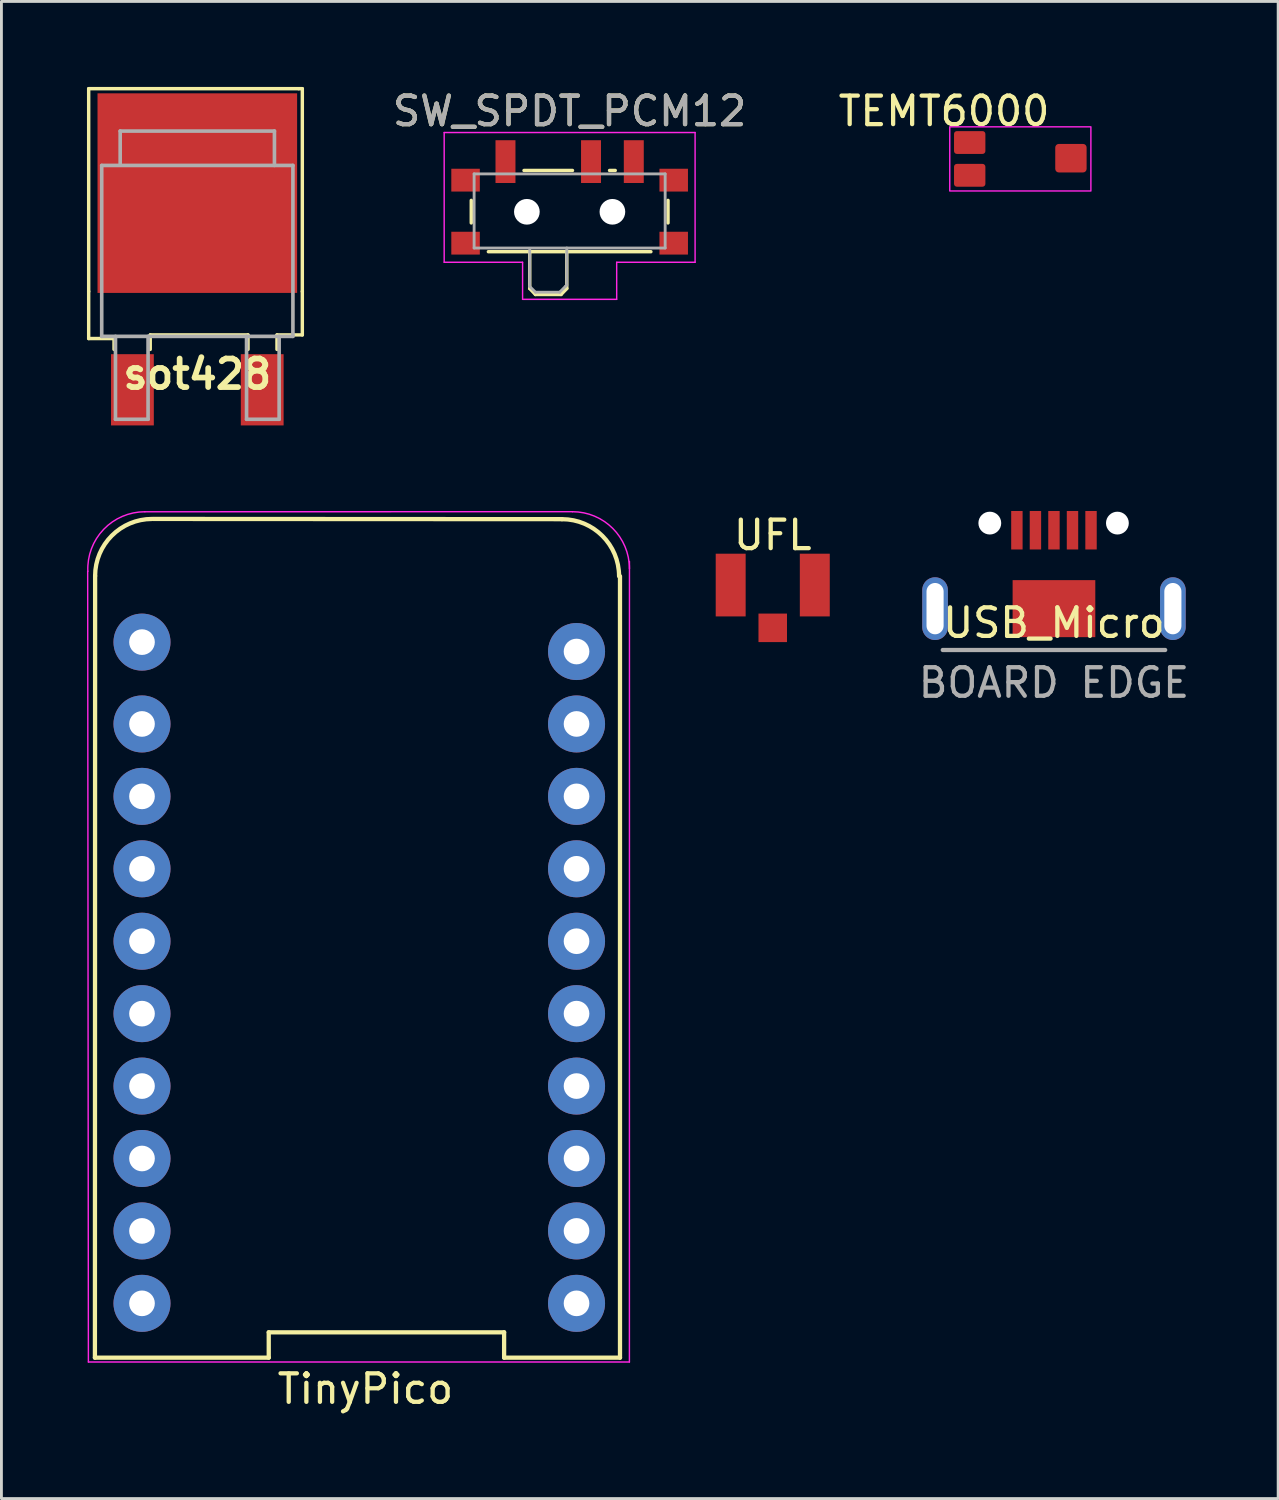
<source format=kicad_pcb>
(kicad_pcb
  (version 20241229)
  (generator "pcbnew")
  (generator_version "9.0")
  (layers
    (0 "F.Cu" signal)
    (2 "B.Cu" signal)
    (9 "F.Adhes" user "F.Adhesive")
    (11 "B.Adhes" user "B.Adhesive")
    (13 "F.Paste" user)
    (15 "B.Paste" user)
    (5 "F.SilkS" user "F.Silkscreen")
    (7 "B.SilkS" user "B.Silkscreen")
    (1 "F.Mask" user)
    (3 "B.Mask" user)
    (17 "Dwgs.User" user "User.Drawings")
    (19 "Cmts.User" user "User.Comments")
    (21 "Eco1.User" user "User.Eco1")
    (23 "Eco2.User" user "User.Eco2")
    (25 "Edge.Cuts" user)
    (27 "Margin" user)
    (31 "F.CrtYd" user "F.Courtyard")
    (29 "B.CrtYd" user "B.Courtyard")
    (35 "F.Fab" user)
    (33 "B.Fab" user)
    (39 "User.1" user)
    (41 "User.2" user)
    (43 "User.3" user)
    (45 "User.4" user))
  (footprint "USB_Micro"
    (layer "F.Cu")
    (at 33.914 18.296)
    (property "Reference" "USB_Micro" (at 0 0.5 0) (layer "F.SilkS") (effects (font (size 1 1) (thickness 0.15))))
    (attr through_hole)
    (fp_line (start 3.9 1.45) (end -3.9 1.45) (stroke (width 0.15) (type solid)) (layer "F.Fab"))
    (fp_text user "BOARD EDGE" (at 0 2.6 0) (layer "F.Fab") (effects (font (size 1 1) (thickness 0.15))))
    (pad "" np_thru_hole circle (at -2.25 -3) (size 0.8 0.8) (drill 0.8) (layers "*.Cu" "*.Mask"))
    (pad "" np_thru_hole circle (at 2.225 -3) (size 0.8 0.8) (drill 0.8) (layers "*.Cu" "*.Mask"))
    (pad "1" smd rect (at -1.3 -2.75) (size 0.4 1.35) (layers "F.Cu" "F.Mask" "F.Paste"))
    (pad "2" smd rect (at -0.65 -2.75) (size 0.4 1.35) (layers "F.Cu" "F.Mask" "F.Paste"))
    (pad "3" smd rect (at 0 -2.75) (size 0.4 1.35) (layers "F.Cu" "F.Mask" "F.Paste"))
    (pad "4" smd rect (at 0.65 -2.75) (size 0.4 1.35) (layers "F.Cu" "F.Mask" "F.Paste"))
    (pad "5" smd rect (at 1.3 -2.75) (size 0.4 1.35) (layers "F.Cu" "F.Mask" "F.Paste"))
    (pad "6" thru_hole oval (at -4.17 0) (size 0.9 2.2) (drill oval 0.6 1.8) (layers "*.Cu" "*.Mask"))
    (pad "6" smd rect (at 0 0) (size 2.9 2) (layers "F.Cu" "F.Mask" "F.Paste"))
    (pad "6" thru_hole oval (at 4.17 0) (size 0.9 2.2) (drill oval 0.6 1.8) (layers "*.Cu" "*.Mask")))
  (footprint "UFL"
    (layer "F.Cu")
    (at 24.051 17.469)
    (property "Reference" "UFL" (at 0 -1.75 0) (layer "F.SilkS") (effects (font (size 1 1) (thickness 0.15))))
    (attr through_hole)
    (pad "1" smd rect (at 0 1.5) (size 1 1) (layers "F.Cu" "F.Mask" "F.Paste"))
    (pad "2" smd rect (at -1.475 0) (size 1.05 2.2) (layers "F.Cu" "F.Mask" "F.Paste"))
    (pad "2" smd rect (at 1.475 0) (size 1.05 2.2) (layers "F.Cu" "F.Mask" "F.Paste")))
  (footprint "SW_SPDT_PCM12"
    (layer "F.Cu")
    (at 16.928 4.048)
    (property "Reference" "SW_SPDT_PCM12" (at 0 -3.2 0) (layer "F.SilkS") (effects (font (size 1 1) (thickness 0.15))))
    (attr smd)
    (fp_line (start -3.45 -0.07) (end -3.45 0.72) (stroke (width 0.12) (type solid)) (layer "F.SilkS"))
    (fp_line (start -2.85 1.73) (end 2.85 1.73) (stroke (width 0.12) (type solid)) (layer "F.SilkS"))
    (fp_line (start -1.6 -1.12) (end 0.1 -1.12) (stroke (width 0.12) (type solid)) (layer "F.SilkS"))
    (fp_line (start -1.4 1.73) (end -1.4 3.02) (stroke (width 0.12) (type solid)) (layer "F.SilkS"))
    (fp_line (start -1.4 3.02) (end -1.2 3.23) (stroke (width 0.12) (type solid)) (layer "F.SilkS"))
    (fp_line (start -1.2 3.23) (end -0.3 3.23) (stroke (width 0.12) (type solid)) (layer "F.SilkS"))
    (fp_line (start -0.1 3.02) (end -0.3 3.23) (stroke (width 0.12) (type solid)) (layer "F.SilkS"))
    (fp_line (start -0.1 3.02) (end -0.1 1.73) (stroke (width 0.12) (type solid)) (layer "F.SilkS"))
    (fp_line (start 1.4 -1.12) (end 1.6 -1.12) (stroke (width 0.12) (type solid)) (layer "F.SilkS"))
    (fp_line (start 3.45 0.72) (end 3.45 -0.07) (stroke (width 0.12) (type solid)) (layer "F.SilkS"))
    (fp_line (start -4.4 -2.45) (end 4.4 -2.45) (stroke (width 0.05) (type solid)) (layer "F.CrtYd"))
    (fp_line (start -4.4 2.1) (end -4.4 -2.45) (stroke (width 0.05) (type solid)) (layer "F.CrtYd"))
    (fp_line (start -1.65 2.1) (end -4.4 2.1) (stroke (width 0.05) (type solid)) (layer "F.CrtYd"))
    (fp_line (start -1.65 3.4) (end -1.65 2.1) (stroke (width 0.05) (type solid)) (layer "F.CrtYd"))
    (fp_line (start 1.65 2.1) (end 1.65 3.4) (stroke (width 0.05) (type solid)) (layer "F.CrtYd"))
    (fp_line (start 1.65 3.4) (end -1.65 3.4) (stroke (width 0.05) (type solid)) (layer "F.CrtYd"))
    (fp_line (start 4.4 -2.45) (end 4.4 2.1) (stroke (width 0.05) (type solid)) (layer "F.CrtYd"))
    (fp_line (start 4.4 2.1) (end 1.65 2.1) (stroke (width 0.05) (type solid)) (layer "F.CrtYd"))
    (fp_line (start -3.35 -1) (end -3.35 1.6) (stroke (width 0.1) (type solid)) (layer "F.Fab"))
    (fp_line (start -3.35 1.6) (end 3.35 1.6) (stroke (width 0.1) (type solid)) (layer "F.Fab"))
    (fp_line (start -1.4 1.65) (end -1.4 2.95) (stroke (width 0.1) (type solid)) (layer "F.Fab"))
    (fp_line (start -1.4 2.95) (end -1.2 3.15) (stroke (width 0.1) (type solid)) (layer "F.Fab"))
    (fp_line (start -1.2 3.15) (end -0.35 3.15) (stroke (width 0.1) (type solid)) (layer "F.Fab"))
    (fp_line (start -0.35 3.15) (end -0.15 2.95) (stroke (width 0.1) (type solid)) (layer "F.Fab"))
    (fp_line (start -0.15 2.95) (end -0.1 2.9) (stroke (width 0.1) (type solid)) (layer "F.Fab"))
    (fp_line (start -0.1 2.9) (end -0.1 1.6) (stroke (width 0.1) (type solid)) (layer "F.Fab"))
    (fp_line (start 3.35 -1) (end -3.35 -1) (stroke (width 0.1) (type solid)) (layer "F.Fab"))
    (fp_line (start 3.35 1.6) (end 3.35 -1) (stroke (width 0.1) (type solid)) (layer "F.Fab"))
    (fp_text user "${REFERENCE}" (at 0 -3.2 0) (layer "F.Fab") (effects (font (size 1 1) (thickness 0.15))))
    (pad "" smd rect (at -3.65 -0.78) (size 1 0.8) (layers "F.Cu" "F.Mask" "F.Paste"))
    (pad "" smd rect (at -3.65 1.43) (size 1 0.8) (layers "F.Cu" "F.Mask" "F.Paste"))
    (pad "" np_thru_hole circle (at -1.5 0.33) (size 0.9 0.9) (drill 0.9) (layers "*.Cu" "*.Mask"))
    (pad "" np_thru_hole circle (at 1.5 0.33) (size 0.9 0.9) (drill 0.9) (layers "*.Cu" "*.Mask"))
    (pad "" smd rect (at 3.65 -0.78) (size 1 0.8) (layers "F.Cu" "F.Mask" "F.Paste"))
    (pad "" smd rect (at 3.65 1.43) (size 1 0.8) (layers "F.Cu" "F.Mask" "F.Paste"))
    (pad "1" smd rect (at -2.25 -1.43) (size 0.7 1.5) (layers "F.Cu" "F.Mask" "F.Paste"))
    (pad "2" smd rect (at 0.75 -1.43) (size 0.7 1.5) (layers "F.Cu" "F.Mask" "F.Paste"))
    (pad "3" smd rect (at 2.25 -1.43) (size 0.7 1.5) (layers "F.Cu" "F.Mask" "F.Paste")))
  (footprint "TinyPico"
    (layer "F.Cu")
    (at 14.63 29.96)
    (property "Reference" "TinyPico" (at -4.864 15.699 180) (layer "F.SilkS") (effects (font (size 1 1) (thickness 0.15))))
    (attr through_hole)
    (fp_line (start -14.351 14.605) (end -8.255 14.605) (stroke (width 0.15) (type solid)) (layer "F.SilkS"))
    (fp_line (start -14.344 -12.81) (end -14.351 14.605) (stroke (width 0.15) (type solid)) (layer "F.SilkS"))
    (fp_line (start -8.255 13.716) (end 0 13.716) (stroke (width 0.15) (type solid)) (layer "F.SilkS"))
    (fp_line (start -8.255 14.605) (end -8.255 13.716) (stroke (width 0.15) (type solid)) (layer "F.SilkS"))
    (fp_line (start 0 13.716) (end 0 14.605) (stroke (width 0.15) (type solid)) (layer "F.SilkS"))
    (fp_line (start 0 14.605) (end 4.064 14.605) (stroke (width 0.15) (type solid)) (layer "F.SilkS"))
    (fp_line (start 2.032 -14.802) (end -12.302 -14.81) (stroke (width 0.15) (type solid)) (layer "F.SilkS"))
    (fp_line (start 4.064 14.605) (end 4.064 -12.802) (stroke (width 0.15) (type solid)) (layer "F.SilkS"))
    (fp_arc (start -14.344399 -12.809786) (mid -13.758613 -14.224) (end -12.344399 -14.809786) (stroke (width 0.15) (type solid)) (layer "F.SilkS"))
    (fp_arc (start 2.031999 -14.8016) (mid 3.446213 -14.215814) (end 4.031999 -12.8016) (stroke (width 0.15) (type solid)) (layer "F.SilkS"))
    (fp_line (start -14.58 14.757) (end -14.605 -12.979) (stroke (width 0.05) (type solid)) (layer "F.CrtYd"))
    (fp_line (start -12.599 -15.062) (end 2.396 -15.064) (stroke (width 0.05) (type solid)) (layer "F.CrtYd"))
    (fp_line (start 4.394 14.757) (end -14.58 14.757) (stroke (width 0.05) (type solid)) (layer "F.CrtYd"))
    (fp_line (start 4.396 -13.318) (end 4.394 14.757) (stroke (width 0.05) (type solid)) (layer "F.CrtYd"))
    (fp_arc (start -14.599085 -12.970176) (mid -14.0462 -14.443635) (end -12.599085 -15.0622) (stroke (width 0.05) (type solid)) (layer "F.CrtYd"))
    (fp_arc (start 2.395786 -15.063786) (mid 3.81 -14.478) (end 4.395786 -13.063786) (stroke (width 0.05) (type solid)) (layer "F.CrtYd"))
    (pad "1" thru_hole oval (at -12.7 -10.49 90) (size 2 2) (drill 0.9) (layers "*.Cu" "*.Mask"))
    (pad "2" thru_hole oval (at -12.7 -7.62 90) (size 2 2) (drill 0.9) (layers "*.Cu" "*.Mask"))
    (pad "3" thru_hole oval (at -12.7 -5.08 90) (size 2 2) (drill 0.9) (layers "*.Cu" "*.Mask"))
    (pad "4" thru_hole oval (at -12.7 -2.54 90) (size 2 2) (drill 0.9) (layers "*.Cu" "*.Mask"))
    (pad "5" thru_hole oval (at -12.7 0 90) (size 2 2) (drill 0.9) (layers "*.Cu" "*.Mask"))
    (pad "6" thru_hole oval (at -12.7 2.54 90) (size 2 2) (drill 0.9) (layers "*.Cu" "*.Mask"))
    (pad "7" thru_hole oval (at -12.7 5.08 90) (size 2 2) (drill 0.9) (layers "*.Cu" "*.Mask"))
    (pad "8" thru_hole oval (at -12.7 7.62 90) (size 2 2) (drill 0.9) (layers "*.Cu" "*.Mask"))
    (pad "9" thru_hole oval (at -12.7 10.16 90) (size 2 2) (drill 0.9) (layers "*.Cu" "*.Mask"))
    (pad "10" thru_hole oval (at -12.7 12.7 90) (size 2 2) (drill 0.9) (layers "*.Cu" "*.Mask"))
    (pad "11" thru_hole oval (at 2.54 12.7 90) (size 2 2) (drill 0.9) (layers "*.Cu" "*.Mask"))
    (pad "12" thru_hole oval (at 2.54 10.16 90) (size 2 2) (drill 0.9) (layers "*.Cu" "*.Mask"))
    (pad "13" thru_hole oval (at 2.54 7.62 90) (size 2 2) (drill 0.9) (layers "*.Cu" "*.Mask"))
    (pad "14" thru_hole oval (at 2.54 5.08 90) (size 2 2) (drill 0.9) (layers "*.Cu" "*.Mask"))
    (pad "15" thru_hole oval (at 2.54 2.54 90) (size 2 2) (drill 0.9) (layers "*.Cu" "*.Mask"))
    (pad "16" thru_hole oval (at 2.54 0 90) (size 2 2) (drill 0.9) (layers "*.Cu" "*.Mask"))
    (pad "17" thru_hole oval (at 2.54 -2.54 90) (size 2 2) (drill 0.9) (layers "*.Cu" "*.Mask"))
    (pad "18" thru_hole oval (at 2.54 -5.08 90) (size 2 2) (drill 0.9) (layers "*.Cu" "*.Mask"))
    (pad "19" thru_hole oval (at 2.54 -7.62 90) (size 2 2) (drill 0.9) (layers "*.Cu" "*.Mask"))
    (pad "20" thru_hole oval (at 2.54 -10.16 90) (size 2 2) (drill 0.9) (layers "*.Cu" "*.Mask")))
  (footprint "TEMT6000"
    (layer "F.Cu")
    (at 31.509 2.498)
    (property "Reference" "TEMT6000" (at -1.45 -1.65 0) (unlocked yes) (layer "F.SilkS") (effects (font (size 1 1) (thickness 0.15))))
    (attr smd)
    (fp_rect (start -1.25 1.15) (end 3.7 -1.1) (stroke (width 0.05) (type solid)) (fill no) (layer "F.CrtYd"))
    (pad "1" smd roundrect (at -0.55 -0.55) (size 1.1 0.8) (layers "F.Cu" "F.Mask" "F.Paste") (roundrect_rratio 0.125))
    (pad "2" smd roundrect (at 3 0) (size 1.1 1) (layers "F.Cu" "F.Mask" "F.Paste") (roundrect_rratio 0.125))
    (pad "3" smd roundrect (at -0.55 0.6) (size 1.1 0.8) (layers "F.Cu" "F.Mask" "F.Paste") (roundrect_rratio 0.125)))
  (footprint "sot428"
    (layer "F.Cu")
    (at 3.87 7.172)
    (property "Reference" "sot428" (at 0 2.9 180) (layer "F.SilkS") (effects (font (size 1.001 1.001) (thickness 0.201))))
    (attr smd)
    (fp_line (start -3.81 -7.112) (end 3.556 -7.112) (stroke (width 0.12) (type default)) (layer "F.SilkS"))
    (fp_line (start -3.81 0) (end -3.81 -7.112) (stroke (width 0.12) (type default)) (layer "F.SilkS"))
    (fp_line (start -3.81 1.651) (end -3.81 0) (stroke (width 0.12) (type default)) (layer "F.SilkS"))
    (fp_line (start -2.921 1.651) (end -3.81 1.651) (stroke (width 0.12) (type default)) (layer "F.SilkS"))
    (fp_line (start -2.921 2.032) (end -2.921 1.651) (stroke (width 0.12) (type default)) (layer "F.SilkS"))
    (fp_line (start -1.651 1.524) (end -1.651 2.032) (stroke (width 0.12) (type default)) (layer "F.SilkS"))
    (fp_line (start 1.778 1.524) (end -1.651 1.524) (stroke (width 0.12) (type default)) (layer "F.SilkS"))
    (fp_line (start 1.778 2.032) (end 1.778 1.524) (stroke (width 0.12) (type default)) (layer "F.SilkS"))
    (fp_line (start 2.794 1.524) (end 2.794 2.032) (stroke (width 0.12) (type default)) (layer "F.SilkS"))
    (fp_line (start 3.556 -7.112) (end 3.683 -7.112) (stroke (width 0.12) (type default)) (layer "F.SilkS"))
    (fp_line (start 3.683 -7.112) (end 3.683 0) (stroke (width 0.12) (type default)) (layer "F.SilkS"))
    (fp_line (start 3.683 0) (end 3.683 1.524) (stroke (width 0.12) (type default)) (layer "F.SilkS"))
    (fp_line (start 3.683 1.524) (end 2.794 1.524) (stroke (width 0.12) (type default)) (layer "F.SilkS"))
    (fp_line (start -3.353 -4.42) (end -3.353 1.575) (stroke (width 0.127) (type solid)) (layer "F.Fab"))
    (fp_line (start -2.87 1.575) (end -2.87 4.483) (stroke (width 0.127) (type solid)) (layer "F.Fab"))
    (fp_line (start -2.87 4.483) (end -1.727 4.483) (stroke (width 0.127) (type solid)) (layer "F.Fab"))
    (fp_line (start -2.705 -5.626) (end 2.705 -5.626) (stroke (width 0.127) (type solid)) (layer "F.Fab"))
    (fp_line (start -2.705 -4.432) (end -2.705 -5.626) (stroke (width 0.127) (type solid)) (layer "F.Fab"))
    (fp_line (start -1.727 4.483) (end -1.727 1.575) (stroke (width 0.127) (type solid)) (layer "F.Fab"))
    (fp_line (start 1.727 1.575) (end 1.727 4.483) (stroke (width 0.127) (type solid)) (layer "F.Fab"))
    (fp_line (start 1.727 4.483) (end 2.87 4.483) (stroke (width 0.127) (type solid)) (layer "F.Fab"))
    (fp_line (start 2.705 -5.626) (end 2.705 -4.42) (stroke (width 0.127) (type solid)) (layer "F.Fab"))
    (fp_line (start 2.87 4.483) (end 2.87 1.575) (stroke (width 0.127) (type solid)) (layer "F.Fab"))
    (fp_line (start 3.353 -4.42) (end -3.353 -4.42) (stroke (width 0.127) (type solid)) (layer "F.Fab"))
    (fp_line (start 3.353 1.575) (end -3.353 1.575) (stroke (width 0.127) (type solid)) (layer "F.Fab"))
    (fp_line (start 3.353 1.575) (end 3.353 -4.42) (stroke (width 0.127) (type solid)) (layer "F.Fab"))
    (pad "1" smd rect (at -2.276 3.449) (size 1.501 2.499) (layers "F.Cu" "F.Mask" "F.Paste"))
    (pad "2" smd rect (at 0 -3.449) (size 7 7) (layers "F.Cu" "F.Mask" "F.Paste"))
    (pad "3" smd rect (at 2.276 3.449) (size 1.501 2.499) (layers "F.Cu" "F.Mask" "F.Paste")))
  (gr_rect
    (start -3 -3)
    (end 41.777 49.507)
    (stroke (width 0.1) (type default))
    (fill no)
    (layer "Edge.Cuts")))
</source>
